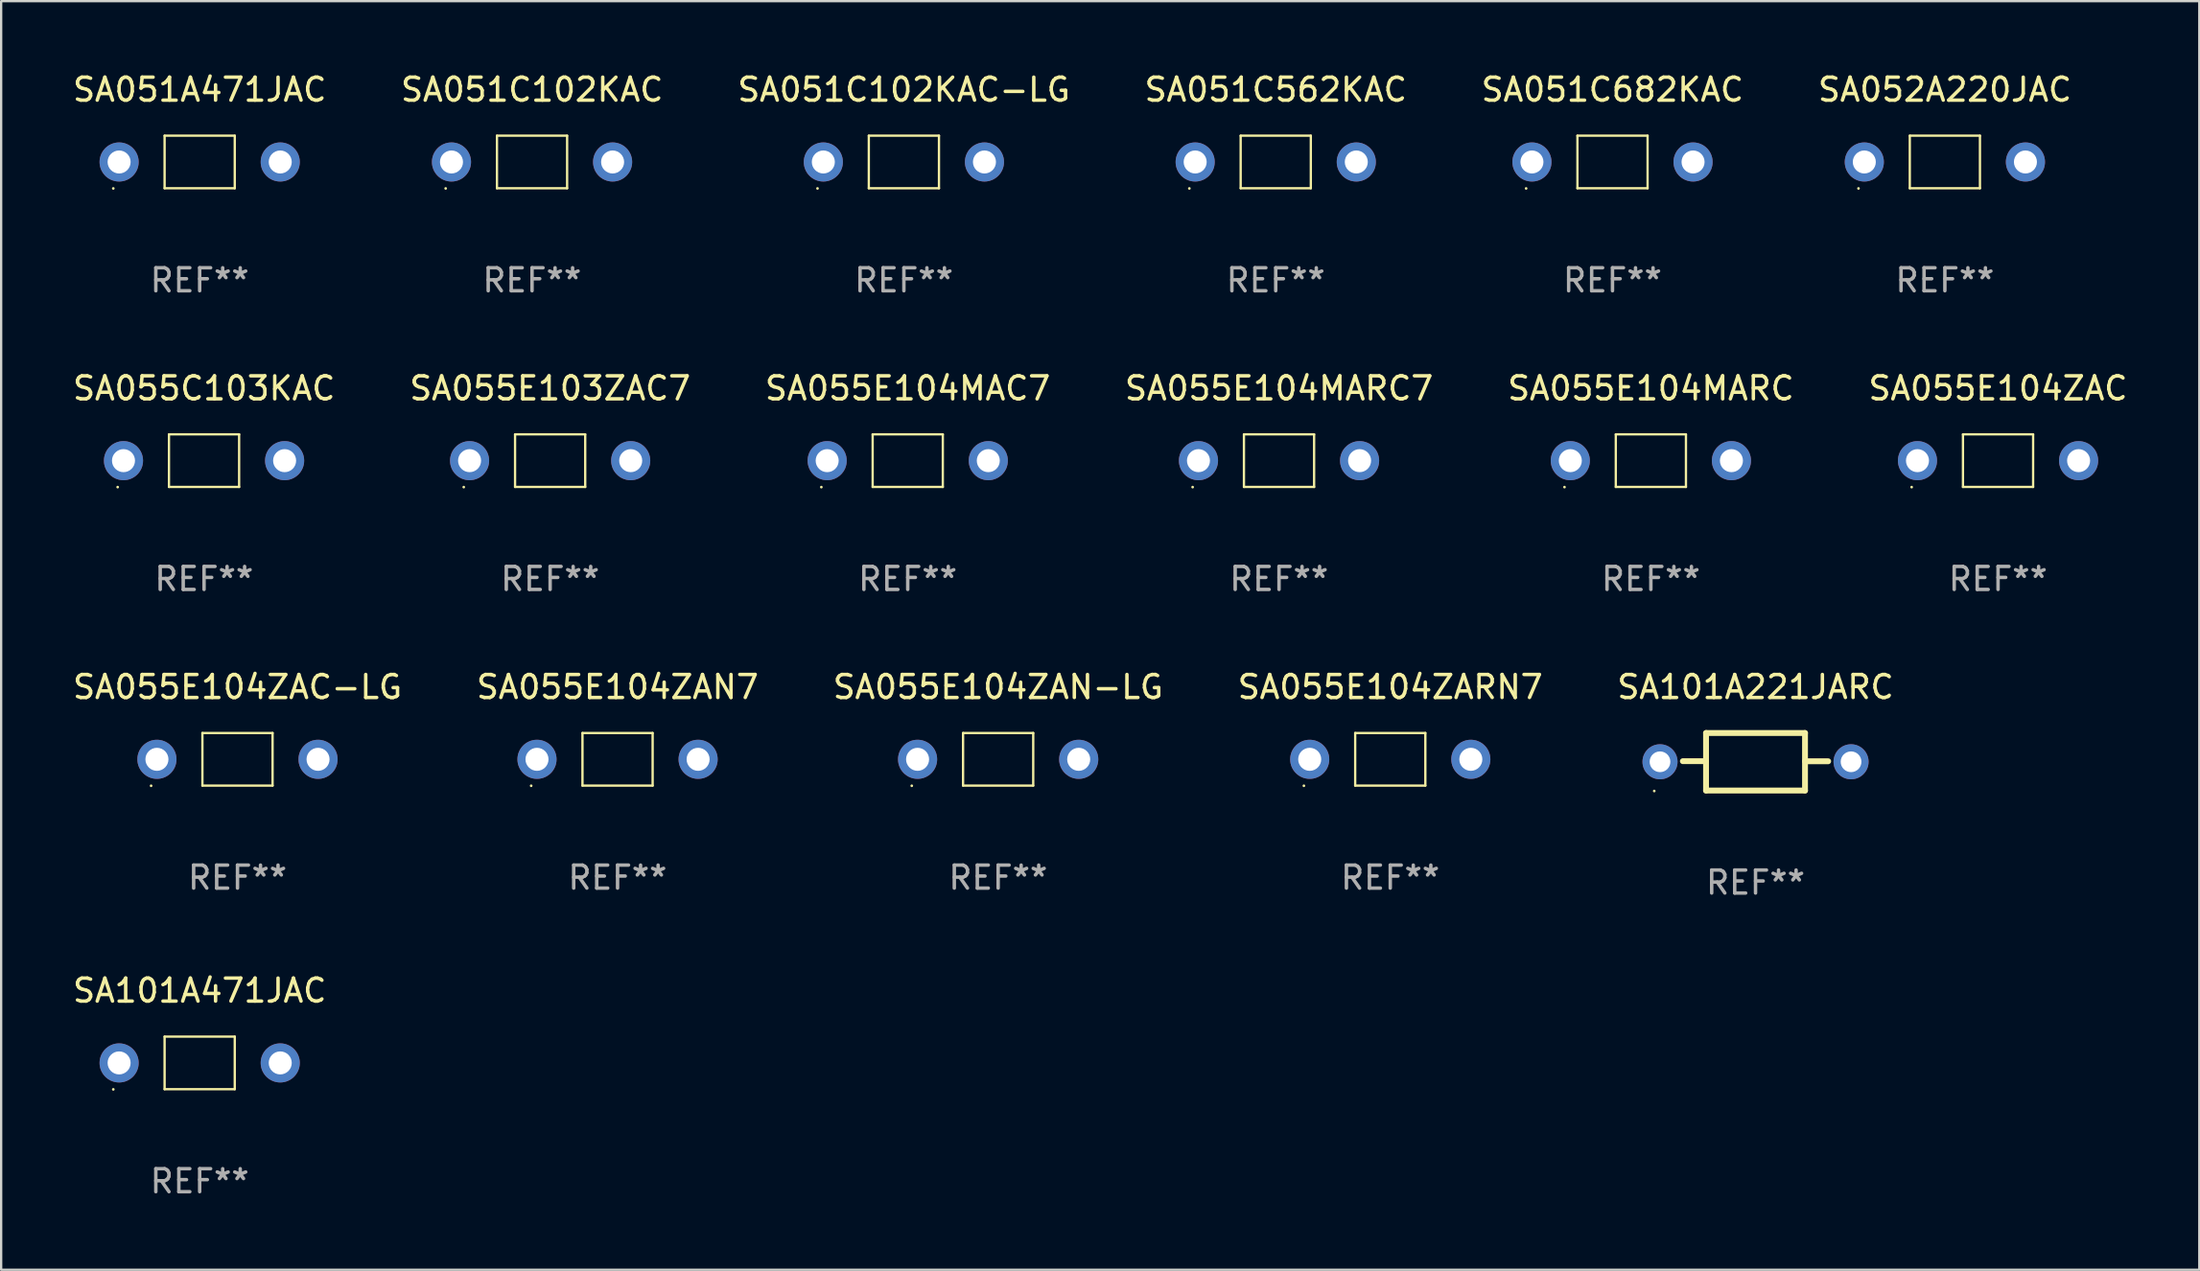
<source format=kicad_pcb>
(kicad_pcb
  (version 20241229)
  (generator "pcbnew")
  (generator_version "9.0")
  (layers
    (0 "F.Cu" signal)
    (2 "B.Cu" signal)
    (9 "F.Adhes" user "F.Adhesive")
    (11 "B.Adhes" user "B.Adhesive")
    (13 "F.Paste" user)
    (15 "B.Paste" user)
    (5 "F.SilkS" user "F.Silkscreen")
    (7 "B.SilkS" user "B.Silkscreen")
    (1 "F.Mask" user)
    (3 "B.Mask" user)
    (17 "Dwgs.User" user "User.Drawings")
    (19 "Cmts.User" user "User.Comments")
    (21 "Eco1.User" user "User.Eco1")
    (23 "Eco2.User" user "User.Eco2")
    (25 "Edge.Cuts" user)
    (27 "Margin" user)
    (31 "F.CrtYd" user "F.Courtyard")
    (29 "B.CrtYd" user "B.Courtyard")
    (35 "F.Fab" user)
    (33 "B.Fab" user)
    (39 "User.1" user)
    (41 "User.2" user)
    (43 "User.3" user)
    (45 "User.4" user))
  (footprint "SA052A220JAC"
    (layer "F.Cu")
    (at 81.446 3.991)
    (property "Reference" "SA052A220JAC" (at 0 -3.143 0) (layer "F.SilkS") (effects (font (size 1 1) (thickness 0.15))))
    (attr through_hole)
    (fp_line (start -1.524 -1.143) (end -1.524 1.143) (stroke (width 0.1) (type solid)) (layer "F.SilkS"))
    (fp_line (start -1.524 1.143) (end 1.524 1.143) (stroke (width 0.1) (type solid)) (layer "F.SilkS"))
    (fp_line (start 1.524 -1.143) (end -1.524 -1.143) (stroke (width 0.1) (type solid)) (layer "F.SilkS"))
    (fp_line (start 1.524 1.143) (end 1.524 -1.143) (stroke (width 0.1) (type solid)) (layer "F.SilkS"))
    (fp_circle (center -3.753 1.15) (end -3.723 1.15) (stroke (width 0.06) (type solid)) (fill no) (layer "F.SilkS"))
    (fp_text user "REF**" (at 0 5.143 0) (layer "F.Fab") (effects (font (size 1 1) (thickness 0.15))))
    (pad "1" thru_hole circle (at -3.5 0) (size 1.7 1.7) (drill 1) (layers "*.Cu" "*.Mask"))
    (pad "2" thru_hole circle (at 3.5 0) (size 1.7 1.7) (drill 1) (layers "*.Cu" "*.Mask")))
  (footprint "SA101A221JARC"
    (layer "F.Cu")
    (at 73.22 30.063)
    (property "Reference" "SA101A221JARC" (at 0 -3.25 0) (layer "F.SilkS") (effects (font (size 1 1) (thickness 0.15))))
    (attr through_hole)
    (fp_line (start -2.15 -1.25) (end 2.15 -1.25) (stroke (width 0.254) (type solid)) (layer "F.SilkS"))
    (fp_line (start -2.15 -0.026) (end -3.157 -0.026) (stroke (width 0.254) (type solid)) (layer "F.SilkS"))
    (fp_line (start -2.15 1.25) (end -2.15 -1.25) (stroke (width 0.254) (type solid)) (layer "F.SilkS"))
    (fp_line (start 2.15 -1.25) (end 2.15 1.25) (stroke (width 0.254) (type solid)) (layer "F.SilkS"))
    (fp_line (start 2.15 -0.022) (end 3.157 -0.022) (stroke (width 0.254) (type solid)) (layer "F.SilkS"))
    (fp_line (start 2.15 1.25) (end -2.15 1.25) (stroke (width 0.254) (type solid)) (layer "F.SilkS"))
    (fp_circle (center -4.4 1.27) (end -4.37 1.27) (stroke (width 0.06) (type solid)) (fill no) (layer "F.SilkS"))
    (fp_text user "REF**" (at 0 5.25 0) (layer "F.Fab") (effects (font (size 1 1) (thickness 0.15))))
    (pad "1" thru_hole circle (at -4.15 0) (size 1.524 1.524) (drill 0.9) (layers "*.Cu" "*.Mask"))
    (pad "2" thru_hole circle (at 4.15 0) (size 1.524 1.524) (drill 0.9) (layers "*.Cu" "*.Mask")))
  (footprint "SA055E104ZAC-LG"
    (layer "F.Cu")
    (at 7.268 29.956)
    (property "Reference" "SA055E104ZAC-LG" (at 0 -3.143 0) (layer "F.SilkS") (effects (font (size 1 1) (thickness 0.15))))
    (attr through_hole)
    (fp_line (start -1.524 -1.143) (end -1.524 1.143) (stroke (width 0.1) (type solid)) (layer "F.SilkS"))
    (fp_line (start -1.524 1.143) (end 1.524 1.143) (stroke (width 0.1) (type solid)) (layer "F.SilkS"))
    (fp_line (start 1.524 -1.143) (end -1.524 -1.143) (stroke (width 0.1) (type solid)) (layer "F.SilkS"))
    (fp_line (start 1.524 1.143) (end 1.524 -1.143) (stroke (width 0.1) (type solid)) (layer "F.SilkS"))
    (fp_circle (center -3.753 1.15) (end -3.723 1.15) (stroke (width 0.06) (type solid)) (fill no) (layer "F.SilkS"))
    (fp_text user "REF**" (at 0 5.143 0) (layer "F.Fab") (effects (font (size 1 1) (thickness 0.15))))
    (pad "1" thru_hole circle (at -3.5 0) (size 1.7 1.7) (drill 1) (layers "*.Cu" "*.Mask"))
    (pad "2" thru_hole circle (at 3.5 0) (size 1.7 1.7) (drill 1) (layers "*.Cu" "*.Mask")))
  (footprint "SA055E104ZARN7"
    (layer "F.Cu")
    (at 57.351 29.956)
    (property "Reference" "SA055E104ZARN7" (at 0 -3.143 0) (layer "F.SilkS") (effects (font (size 1 1) (thickness 0.15))))
    (attr through_hole)
    (fp_line (start -1.524 -1.143) (end -1.524 1.143) (stroke (width 0.1) (type solid)) (layer "F.SilkS"))
    (fp_line (start -1.524 1.143) (end 1.524 1.143) (stroke (width 0.1) (type solid)) (layer "F.SilkS"))
    (fp_line (start 1.524 -1.143) (end -1.524 -1.143) (stroke (width 0.1) (type solid)) (layer "F.SilkS"))
    (fp_line (start 1.524 1.143) (end 1.524 -1.143) (stroke (width 0.1) (type solid)) (layer "F.SilkS"))
    (fp_circle (center -3.753 1.15) (end -3.723 1.15) (stroke (width 0.06) (type solid)) (fill no) (layer "F.SilkS"))
    (fp_text user "REF**" (at 0 5.143 0) (layer "F.Fab") (effects (font (size 1 1) (thickness 0.15))))
    (pad "1" thru_hole circle (at -3.5 0) (size 1.7 1.7) (drill 1) (layers "*.Cu" "*.Mask"))
    (pad "2" thru_hole circle (at 3.5 0) (size 1.7 1.7) (drill 1) (layers "*.Cu" "*.Mask")))
  (footprint "SA055C103KAC"
    (layer "F.Cu")
    (at 5.815 16.974)
    (property "Reference" "SA055C103KAC" (at 0 -3.143 0) (layer "F.SilkS") (effects (font (size 1 1) (thickness 0.15))))
    (attr through_hole)
    (fp_line (start -1.524 -1.143) (end -1.524 1.143) (stroke (width 0.1) (type solid)) (layer "F.SilkS"))
    (fp_line (start -1.524 1.143) (end 1.524 1.143) (stroke (width 0.1) (type solid)) (layer "F.SilkS"))
    (fp_line (start 1.524 -1.143) (end -1.524 -1.143) (stroke (width 0.1) (type solid)) (layer "F.SilkS"))
    (fp_line (start 1.524 1.143) (end 1.524 -1.143) (stroke (width 0.1) (type solid)) (layer "F.SilkS"))
    (fp_circle (center -3.753 1.15) (end -3.723 1.15) (stroke (width 0.06) (type solid)) (fill no) (layer "F.SilkS"))
    (fp_text user "REF**" (at 0 5.143 0) (layer "F.Fab") (effects (font (size 1 1) (thickness 0.15))))
    (pad "1" thru_hole circle (at -3.5 0) (size 1.7 1.7) (drill 1) (layers "*.Cu" "*.Mask"))
    (pad "2" thru_hole circle (at 3.5 0) (size 1.7 1.7) (drill 1) (layers "*.Cu" "*.Mask")))
  (footprint "SA055E103ZAC7"
    (layer "F.Cu")
    (at 20.851 16.974)
    (property "Reference" "SA055E103ZAC7" (at 0 -3.143 0) (layer "F.SilkS") (effects (font (size 1 1) (thickness 0.15))))
    (attr through_hole)
    (fp_line (start -1.524 -1.143) (end -1.524 1.143) (stroke (width 0.1) (type solid)) (layer "F.SilkS"))
    (fp_line (start -1.524 1.143) (end 1.524 1.143) (stroke (width 0.1) (type solid)) (layer "F.SilkS"))
    (fp_line (start 1.524 -1.143) (end -1.524 -1.143) (stroke (width 0.1) (type solid)) (layer "F.SilkS"))
    (fp_line (start 1.524 1.143) (end 1.524 -1.143) (stroke (width 0.1) (type solid)) (layer "F.SilkS"))
    (fp_circle (center -3.753 1.15) (end -3.723 1.15) (stroke (width 0.06) (type solid)) (fill no) (layer "F.SilkS"))
    (fp_text user "REF**" (at 0 5.143 0) (layer "F.Fab") (effects (font (size 1 1) (thickness 0.15))))
    (pad "1" thru_hole circle (at -3.5 0) (size 1.7 1.7) (drill 1) (layers "*.Cu" "*.Mask"))
    (pad "2" thru_hole circle (at 3.5 0) (size 1.7 1.7) (drill 1) (layers "*.Cu" "*.Mask")))
  (footprint "SA051C102KAC"
    (layer "F.Cu")
    (at 20.065 3.991)
    (property "Reference" "SA051C102KAC" (at 0 -3.143 0) (layer "F.SilkS") (effects (font (size 1 1) (thickness 0.15))))
    (attr through_hole)
    (fp_line (start -1.524 -1.143) (end -1.524 1.143) (stroke (width 0.1) (type solid)) (layer "F.SilkS"))
    (fp_line (start -1.524 1.143) (end 1.524 1.143) (stroke (width 0.1) (type solid)) (layer "F.SilkS"))
    (fp_line (start 1.524 -1.143) (end -1.524 -1.143) (stroke (width 0.1) (type solid)) (layer "F.SilkS"))
    (fp_line (start 1.524 1.143) (end 1.524 -1.143) (stroke (width 0.1) (type solid)) (layer "F.SilkS"))
    (fp_circle (center -3.753 1.15) (end -3.723 1.15) (stroke (width 0.06) (type solid)) (fill no) (layer "F.SilkS"))
    (fp_text user "REF**" (at 0 5.143 0) (layer "F.Fab") (effects (font (size 1 1) (thickness 0.15))))
    (pad "1" thru_hole circle (at -3.5 0) (size 1.7 1.7) (drill 1) (layers "*.Cu" "*.Mask"))
    (pad "2" thru_hole circle (at 3.5 0) (size 1.7 1.7) (drill 1) (layers "*.Cu" "*.Mask")))
  (footprint "SA051C102KAC-LG"
    (layer "F.Cu")
    (at 36.22 3.991)
    (property "Reference" "SA051C102KAC-LG" (at 0 -3.143 0) (layer "F.SilkS") (effects (font (size 1 1) (thickness 0.15))))
    (attr through_hole)
    (fp_line (start -1.524 -1.143) (end -1.524 1.143) (stroke (width 0.1) (type solid)) (layer "F.SilkS"))
    (fp_line (start -1.524 1.143) (end 1.524 1.143) (stroke (width 0.1) (type solid)) (layer "F.SilkS"))
    (fp_line (start 1.524 -1.143) (end -1.524 -1.143) (stroke (width 0.1) (type solid)) (layer "F.SilkS"))
    (fp_line (start 1.524 1.143) (end 1.524 -1.143) (stroke (width 0.1) (type solid)) (layer "F.SilkS"))
    (fp_circle (center -3.753 1.15) (end -3.723 1.15) (stroke (width 0.06) (type solid)) (fill no) (layer "F.SilkS"))
    (fp_text user "REF**" (at 0 5.143 0) (layer "F.Fab") (effects (font (size 1 1) (thickness 0.15))))
    (pad "1" thru_hole circle (at -3.5 0) (size 1.7 1.7) (drill 1) (layers "*.Cu" "*.Mask"))
    (pad "2" thru_hole circle (at 3.5 0) (size 1.7 1.7) (drill 1) (layers "*.Cu" "*.Mask")))
  (footprint "SA051A471JAC"
    (layer "F.Cu")
    (at 5.625 3.991)
    (property "Reference" "SA051A471JAC" (at 0 -3.143 0) (layer "F.SilkS") (effects (font (size 1 1) (thickness 0.15))))
    (attr through_hole)
    (fp_line (start -1.524 -1.143) (end -1.524 1.143) (stroke (width 0.1) (type solid)) (layer "F.SilkS"))
    (fp_line (start -1.524 1.143) (end 1.524 1.143) (stroke (width 0.1) (type solid)) (layer "F.SilkS"))
    (fp_line (start 1.524 -1.143) (end -1.524 -1.143) (stroke (width 0.1) (type solid)) (layer "F.SilkS"))
    (fp_line (start 1.524 1.143) (end 1.524 -1.143) (stroke (width 0.1) (type solid)) (layer "F.SilkS"))
    (fp_circle (center -3.753 1.15) (end -3.723 1.15) (stroke (width 0.06) (type solid)) (fill no) (layer "F.SilkS"))
    (fp_text user "REF**" (at 0 5.143 0) (layer "F.Fab") (effects (font (size 1 1) (thickness 0.15))))
    (pad "1" thru_hole circle (at -3.5 0) (size 1.7 1.7) (drill 1) (layers "*.Cu" "*.Mask"))
    (pad "2" thru_hole circle (at 3.5 0) (size 1.7 1.7) (drill 1) (layers "*.Cu" "*.Mask")))
  (footprint "SA055E104ZAN-LG"
    (layer "F.Cu")
    (at 40.315 29.956)
    (property "Reference" "SA055E104ZAN-LG" (at 0 -3.143 0) (layer "F.SilkS") (effects (font (size 1 1) (thickness 0.15))))
    (attr through_hole)
    (fp_line (start -1.524 -1.143) (end -1.524 1.143) (stroke (width 0.1) (type solid)) (layer "F.SilkS"))
    (fp_line (start -1.524 1.143) (end 1.524 1.143) (stroke (width 0.1) (type solid)) (layer "F.SilkS"))
    (fp_line (start 1.524 -1.143) (end -1.524 -1.143) (stroke (width 0.1) (type solid)) (layer "F.SilkS"))
    (fp_line (start 1.524 1.143) (end 1.524 -1.143) (stroke (width 0.1) (type solid)) (layer "F.SilkS"))
    (fp_circle (center -3.753 1.15) (end -3.723 1.15) (stroke (width 0.06) (type solid)) (fill no) (layer "F.SilkS"))
    (fp_text user "REF**" (at 0 5.143 0) (layer "F.Fab") (effects (font (size 1 1) (thickness 0.15))))
    (pad "1" thru_hole circle (at -3.5 0) (size 1.7 1.7) (drill 1) (layers "*.Cu" "*.Mask"))
    (pad "2" thru_hole circle (at 3.5 0) (size 1.7 1.7) (drill 1) (layers "*.Cu" "*.Mask")))
  (footprint "SA101A471JAC"
    (layer "F.Cu")
    (at 5.625 43.153)
    (property "Reference" "SA101A471JAC" (at 0 -3.143 0) (layer "F.SilkS") (effects (font (size 1 1) (thickness 0.15))))
    (attr through_hole)
    (fp_line (start -1.524 -1.143) (end -1.524 1.143) (stroke (width 0.1) (type solid)) (layer "F.SilkS"))
    (fp_line (start -1.524 1.143) (end 1.524 1.143) (stroke (width 0.1) (type solid)) (layer "F.SilkS"))
    (fp_line (start 1.524 -1.143) (end -1.524 -1.143) (stroke (width 0.1) (type solid)) (layer "F.SilkS"))
    (fp_line (start 1.524 1.143) (end 1.524 -1.143) (stroke (width 0.1) (type solid)) (layer "F.SilkS"))
    (fp_circle (center -3.753 1.15) (end -3.723 1.15) (stroke (width 0.06) (type solid)) (fill no) (layer "F.SilkS"))
    (fp_text user "REF**" (at 0 5.143 0) (layer "F.Fab") (effects (font (size 1 1) (thickness 0.15))))
    (pad "1" thru_hole circle (at -3.5 0) (size 1.7 1.7) (drill 1) (layers "*.Cu" "*.Mask"))
    (pad "2" thru_hole circle (at 3.5 0) (size 1.7 1.7) (drill 1) (layers "*.Cu" "*.Mask")))
  (footprint "SA055E104ZAC"
    (layer "F.Cu")
    (at 83.756 16.974)
    (property "Reference" "SA055E104ZAC" (at 0 -3.143 0) (layer "F.SilkS") (effects (font (size 1 1) (thickness 0.15))))
    (attr through_hole)
    (fp_line (start -1.524 -1.143) (end -1.524 1.143) (stroke (width 0.1) (type solid)) (layer "F.SilkS"))
    (fp_line (start -1.524 1.143) (end 1.524 1.143) (stroke (width 0.1) (type solid)) (layer "F.SilkS"))
    (fp_line (start 1.524 -1.143) (end -1.524 -1.143) (stroke (width 0.1) (type solid)) (layer "F.SilkS"))
    (fp_line (start 1.524 1.143) (end 1.524 -1.143) (stroke (width 0.1) (type solid)) (layer "F.SilkS"))
    (fp_circle (center -3.753 1.15) (end -3.723 1.15) (stroke (width 0.06) (type solid)) (fill no) (layer "F.SilkS"))
    (fp_text user "REF**" (at 0 5.143 0) (layer "F.Fab") (effects (font (size 1 1) (thickness 0.15))))
    (pad "1" thru_hole circle (at -3.5 0) (size 1.7 1.7) (drill 1) (layers "*.Cu" "*.Mask"))
    (pad "2" thru_hole circle (at 3.5 0) (size 1.7 1.7) (drill 1) (layers "*.Cu" "*.Mask")))
  (footprint "SA055E104MAC7"
    (layer "F.Cu")
    (at 36.387 16.974)
    (property "Reference" "SA055E104MAC7" (at 0 -3.143 0) (layer "F.SilkS") (effects (font (size 1 1) (thickness 0.15))))
    (attr through_hole)
    (fp_line (start -1.524 -1.143) (end -1.524 1.143) (stroke (width 0.1) (type solid)) (layer "F.SilkS"))
    (fp_line (start -1.524 1.143) (end 1.524 1.143) (stroke (width 0.1) (type solid)) (layer "F.SilkS"))
    (fp_line (start 1.524 -1.143) (end -1.524 -1.143) (stroke (width 0.1) (type solid)) (layer "F.SilkS"))
    (fp_line (start 1.524 1.143) (end 1.524 -1.143) (stroke (width 0.1) (type solid)) (layer "F.SilkS"))
    (fp_circle (center -3.753 1.15) (end -3.723 1.15) (stroke (width 0.06) (type solid)) (fill no) (layer "F.SilkS"))
    (fp_text user "REF**" (at 0 5.143 0) (layer "F.Fab") (effects (font (size 1 1) (thickness 0.15))))
    (pad "1" thru_hole circle (at -3.5 0) (size 1.7 1.7) (drill 1) (layers "*.Cu" "*.Mask"))
    (pad "2" thru_hole circle (at 3.5 0) (size 1.7 1.7) (drill 1) (layers "*.Cu" "*.Mask")))
  (footprint "SA051C682KAC"
    (layer "F.Cu")
    (at 67.006 3.991)
    (property "Reference" "SA051C682KAC" (at 0 -3.143 0) (layer "F.SilkS") (effects (font (size 1 1) (thickness 0.15))))
    (attr through_hole)
    (fp_line (start -1.524 -1.143) (end -1.524 1.143) (stroke (width 0.1) (type solid)) (layer "F.SilkS"))
    (fp_line (start -1.524 1.143) (end 1.524 1.143) (stroke (width 0.1) (type solid)) (layer "F.SilkS"))
    (fp_line (start 1.524 -1.143) (end -1.524 -1.143) (stroke (width 0.1) (type solid)) (layer "F.SilkS"))
    (fp_line (start 1.524 1.143) (end 1.524 -1.143) (stroke (width 0.1) (type solid)) (layer "F.SilkS"))
    (fp_circle (center -3.753 1.15) (end -3.723 1.15) (stroke (width 0.06) (type solid)) (fill no) (layer "F.SilkS"))
    (fp_text user "REF**" (at 0 5.143 0) (layer "F.Fab") (effects (font (size 1 1) (thickness 0.15))))
    (pad "1" thru_hole circle (at -3.5 0) (size 1.7 1.7) (drill 1) (layers "*.Cu" "*.Mask"))
    (pad "2" thru_hole circle (at 3.5 0) (size 1.7 1.7) (drill 1) (layers "*.Cu" "*.Mask")))
  (footprint "SA051C562KAC"
    (layer "F.Cu")
    (at 52.375 3.991)
    (property "Reference" "SA051C562KAC" (at 0 -3.143 0) (layer "F.SilkS") (effects (font (size 1 1) (thickness 0.15))))
    (attr through_hole)
    (fp_line (start -1.524 -1.143) (end -1.524 1.143) (stroke (width 0.1) (type solid)) (layer "F.SilkS"))
    (fp_line (start -1.524 1.143) (end 1.524 1.143) (stroke (width 0.1) (type solid)) (layer "F.SilkS"))
    (fp_line (start 1.524 -1.143) (end -1.524 -1.143) (stroke (width 0.1) (type solid)) (layer "F.SilkS"))
    (fp_line (start 1.524 1.143) (end 1.524 -1.143) (stroke (width 0.1) (type solid)) (layer "F.SilkS"))
    (fp_circle (center -3.753 1.15) (end -3.723 1.15) (stroke (width 0.06) (type solid)) (fill no) (layer "F.SilkS"))
    (fp_text user "REF**" (at 0 5.143 0) (layer "F.Fab") (effects (font (size 1 1) (thickness 0.15))))
    (pad "1" thru_hole circle (at -3.5 0) (size 1.7 1.7) (drill 1) (layers "*.Cu" "*.Mask"))
    (pad "2" thru_hole circle (at 3.5 0) (size 1.7 1.7) (drill 1) (layers "*.Cu" "*.Mask")))
  (footprint "SA055E104MARC7"
    (layer "F.Cu")
    (at 52.518 16.974)
    (property "Reference" "SA055E104MARC7" (at 0 -3.143 0) (layer "F.SilkS") (effects (font (size 1 1) (thickness 0.15))))
    (attr through_hole)
    (fp_line (start -1.524 -1.143) (end -1.524 1.143) (stroke (width 0.1) (type solid)) (layer "F.SilkS"))
    (fp_line (start -1.524 1.143) (end 1.524 1.143) (stroke (width 0.1) (type solid)) (layer "F.SilkS"))
    (fp_line (start 1.524 -1.143) (end -1.524 -1.143) (stroke (width 0.1) (type solid)) (layer "F.SilkS"))
    (fp_line (start 1.524 1.143) (end 1.524 -1.143) (stroke (width 0.1) (type solid)) (layer "F.SilkS"))
    (fp_circle (center -3.753 1.15) (end -3.723 1.15) (stroke (width 0.06) (type solid)) (fill no) (layer "F.SilkS"))
    (fp_text user "REF**" (at 0 5.143 0) (layer "F.Fab") (effects (font (size 1 1) (thickness 0.15))))
    (pad "1" thru_hole circle (at -3.5 0) (size 1.7 1.7) (drill 1) (layers "*.Cu" "*.Mask"))
    (pad "2" thru_hole circle (at 3.5 0) (size 1.7 1.7) (drill 1) (layers "*.Cu" "*.Mask")))
  (footprint "SA055E104ZAN7"
    (layer "F.Cu")
    (at 23.78 29.956)
    (property "Reference" "SA055E104ZAN7" (at 0 -3.143 0) (layer "F.SilkS") (effects (font (size 1 1) (thickness 0.15))))
    (attr through_hole)
    (fp_line (start -1.524 -1.143) (end -1.524 1.143) (stroke (width 0.1) (type solid)) (layer "F.SilkS"))
    (fp_line (start -1.524 1.143) (end 1.524 1.143) (stroke (width 0.1) (type solid)) (layer "F.SilkS"))
    (fp_line (start 1.524 -1.143) (end -1.524 -1.143) (stroke (width 0.1) (type solid)) (layer "F.SilkS"))
    (fp_line (start 1.524 1.143) (end 1.524 -1.143) (stroke (width 0.1) (type solid)) (layer "F.SilkS"))
    (fp_circle (center -3.753 1.15) (end -3.723 1.15) (stroke (width 0.06) (type solid)) (fill no) (layer "F.SilkS"))
    (fp_text user "REF**" (at 0 5.143 0) (layer "F.Fab") (effects (font (size 1 1) (thickness 0.15))))
    (pad "1" thru_hole circle (at -3.5 0) (size 1.7 1.7) (drill 1) (layers "*.Cu" "*.Mask"))
    (pad "2" thru_hole circle (at 3.5 0) (size 1.7 1.7) (drill 1) (layers "*.Cu" "*.Mask")))
  (footprint "SA055E104MARC"
    (layer "F.Cu")
    (at 68.673 16.974)
    (property "Reference" "SA055E104MARC" (at 0 -3.143 0) (layer "F.SilkS") (effects (font (size 1 1) (thickness 0.15))))
    (attr through_hole)
    (fp_line (start -1.524 -1.143) (end -1.524 1.143) (stroke (width 0.1) (type solid)) (layer "F.SilkS"))
    (fp_line (start -1.524 1.143) (end 1.524 1.143) (stroke (width 0.1) (type solid)) (layer "F.SilkS"))
    (fp_line (start 1.524 -1.143) (end -1.524 -1.143) (stroke (width 0.1) (type solid)) (layer "F.SilkS"))
    (fp_line (start 1.524 1.143) (end 1.524 -1.143) (stroke (width 0.1) (type solid)) (layer "F.SilkS"))
    (fp_circle (center -3.753 1.15) (end -3.723 1.15) (stroke (width 0.06) (type solid)) (fill no) (layer "F.SilkS"))
    (fp_text user "REF**" (at 0 5.143 0) (layer "F.Fab") (effects (font (size 1 1) (thickness 0.15))))
    (pad "1" thru_hole circle (at -3.5 0) (size 1.7 1.7) (drill 1) (layers "*.Cu" "*.Mask"))
    (pad "2" thru_hole circle (at 3.5 0) (size 1.7 1.7) (drill 1) (layers "*.Cu" "*.Mask")))
  (gr_rect
    (start -3 -3)
    (end 92.5 52.144)
    (stroke (width 0.1) (type default))
    (fill no)
    (layer "Edge.Cuts")))
</source>
